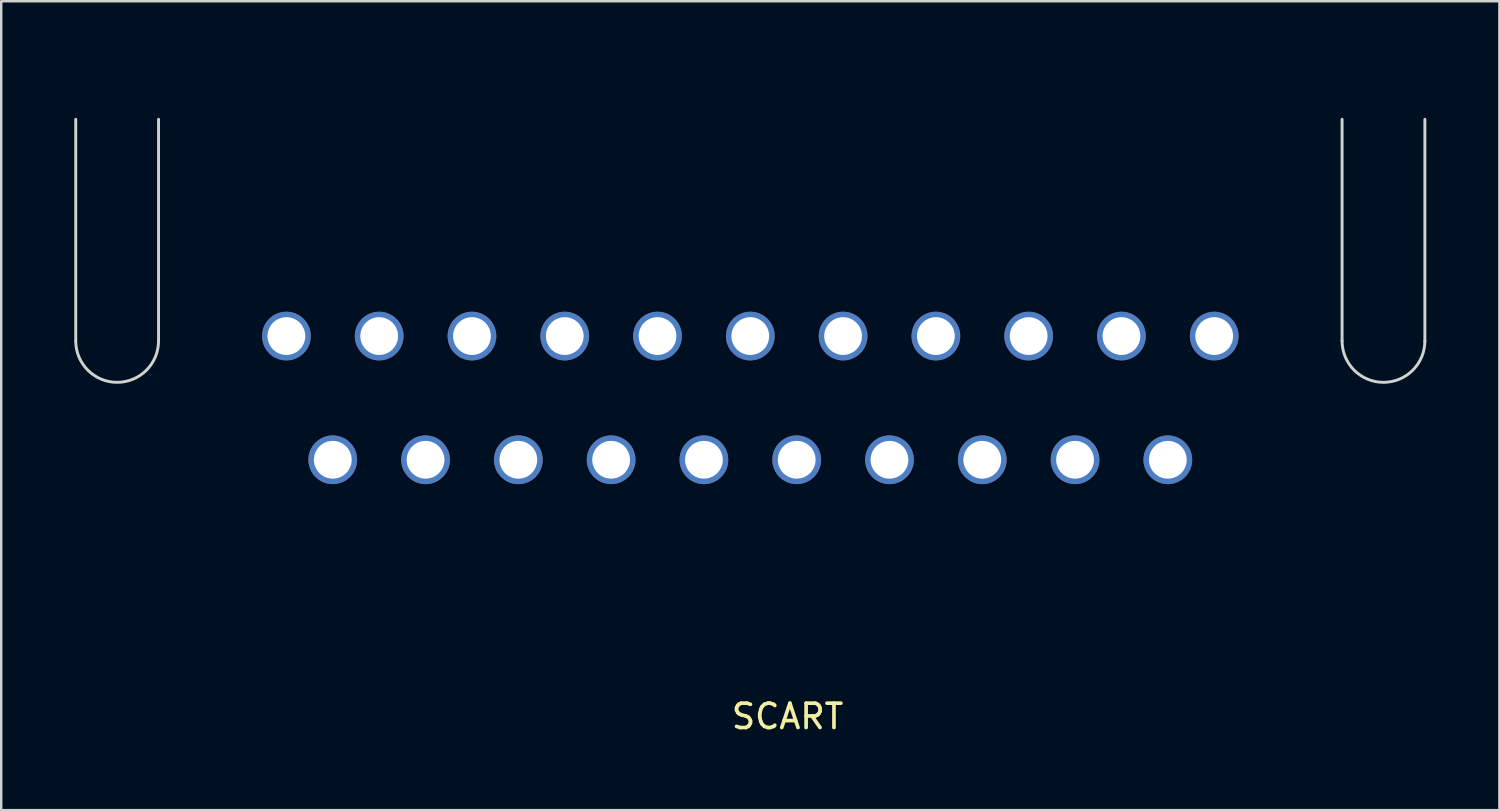
<source format=kicad_pcb>
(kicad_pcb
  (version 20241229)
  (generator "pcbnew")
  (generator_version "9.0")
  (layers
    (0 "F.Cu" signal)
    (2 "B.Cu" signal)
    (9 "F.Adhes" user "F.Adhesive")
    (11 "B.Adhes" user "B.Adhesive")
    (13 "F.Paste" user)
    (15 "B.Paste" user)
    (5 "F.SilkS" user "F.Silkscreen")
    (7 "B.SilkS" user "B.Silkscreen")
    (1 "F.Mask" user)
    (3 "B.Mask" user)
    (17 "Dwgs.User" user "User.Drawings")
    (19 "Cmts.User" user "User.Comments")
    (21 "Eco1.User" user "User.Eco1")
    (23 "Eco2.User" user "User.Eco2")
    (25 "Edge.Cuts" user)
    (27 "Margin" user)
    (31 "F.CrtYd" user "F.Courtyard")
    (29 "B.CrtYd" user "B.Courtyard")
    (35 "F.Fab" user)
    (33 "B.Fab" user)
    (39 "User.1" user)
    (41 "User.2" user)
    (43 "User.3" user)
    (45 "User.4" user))
  (footprint "SCART"
    (layer "F.Cu")
    (at 27.76 0.25)
    (property "Reference" "SCART" (at 1.53 26.12 0) (layer "F.SilkS") (effects (font (size 1 1) (thickness 0.15))))
    (attr through_hole)
    (fp_line (start -27.7 10.7) (end -27.7 1.6) (stroke (width 0.12) (type solid)) (layer "Edge.Cuts"))
    (fp_line (start -24.3 10.7) (end -24.3 1.6) (stroke (width 0.12) (type solid)) (layer "Edge.Cuts"))
    (fp_line (start 24.3 10.7) (end 24.3 1.6) (stroke (width 0.12) (type solid)) (layer "Edge.Cuts"))
    (fp_line (start 27.7 10.7) (end 27.7 1.6) (stroke (width 0.12) (type solid)) (layer "Edge.Cuts"))
    (fp_arc (start -24.3 10.7) (mid -26 12.4) (end -27.7 10.7) (stroke (width 0.12) (type solid)) (layer "Edge.Cuts"))
    (fp_arc (start 27.7 10.7) (mid 26 12.4) (end 24.3 10.7) (stroke (width 0.12) (type solid)) (layer "Edge.Cuts"))
    (pad "1" thru_hole circle (at -19.05 10.5) (size 2 2) (drill 1.55) (layers "*.Cu" "*.Mask"))
    (pad "2" thru_hole circle (at -17.145 15.58) (size 2 2) (drill 1.55) (layers "*.Cu" "*.Mask"))
    (pad "3" thru_hole circle (at -15.24 10.5) (size 2 2) (drill 1.55) (layers "*.Cu" "*.Mask"))
    (pad "4" thru_hole circle (at -13.335 15.58) (size 2 2) (drill 1.55) (layers "*.Cu" "*.Mask"))
    (pad "5" thru_hole circle (at -11.43 10.5) (size 2 2) (drill 1.55) (layers "*.Cu" "*.Mask"))
    (pad "6" thru_hole circle (at -9.525 15.58) (size 2 2) (drill 1.55) (layers "*.Cu" "*.Mask"))
    (pad "7" thru_hole circle (at -7.62 10.5) (size 2 2) (drill 1.55) (layers "*.Cu" "*.Mask"))
    (pad "8" thru_hole circle (at -5.715 15.58) (size 2 2) (drill 1.55) (layers "*.Cu" "*.Mask"))
    (pad "9" thru_hole circle (at -3.81 10.5) (size 2 2) (drill 1.55) (layers "*.Cu" "*.Mask"))
    (pad "10" thru_hole circle (at -1.905 15.58) (size 2 2) (drill 1.55) (layers "*.Cu" "*.Mask"))
    (pad "11" thru_hole circle (at 0 10.5) (size 2 2) (drill 1.55) (layers "*.Cu" "*.Mask"))
    (pad "12" thru_hole circle (at 1.905 15.58) (size 2 2) (drill 1.55) (layers "*.Cu" "*.Mask"))
    (pad "13" thru_hole circle (at 3.81 10.5) (size 2 2) (drill 1.55) (layers "*.Cu" "*.Mask"))
    (pad "14" thru_hole circle (at 5.715 15.58) (size 2 2) (drill 1.55) (layers "*.Cu" "*.Mask"))
    (pad "15" thru_hole circle (at 7.62 10.5) (size 2 2) (drill 1.55) (layers "*.Cu" "*.Mask"))
    (pad "16" thru_hole circle (at 9.525 15.58) (size 2 2) (drill 1.55) (layers "*.Cu" "*.Mask"))
    (pad "17" thru_hole circle (at 11.43 10.5) (size 2 2) (drill 1.55) (layers "*.Cu" "*.Mask"))
    (pad "18" thru_hole circle (at 13.335 15.58) (size 2 2) (drill 1.55) (layers "*.Cu" "*.Mask"))
    (pad "19" thru_hole circle (at 15.24 10.5) (size 2 2) (drill 1.55) (layers "*.Cu" "*.Mask"))
    (pad "20" thru_hole circle (at 17.145 15.58) (size 2 2) (drill 1.55) (layers "*.Cu" "*.Mask"))
    (pad "21" thru_hole circle (at 19.05 10.5) (size 2 2) (drill 1.55) (layers "*.Cu" "*.Mask")))
  (gr_rect
    (start -3 -3)
    (end 58.52 30.218)
    (stroke (width 0.1) (type default))
    (fill no)
    (layer "Edge.Cuts")))
</source>
